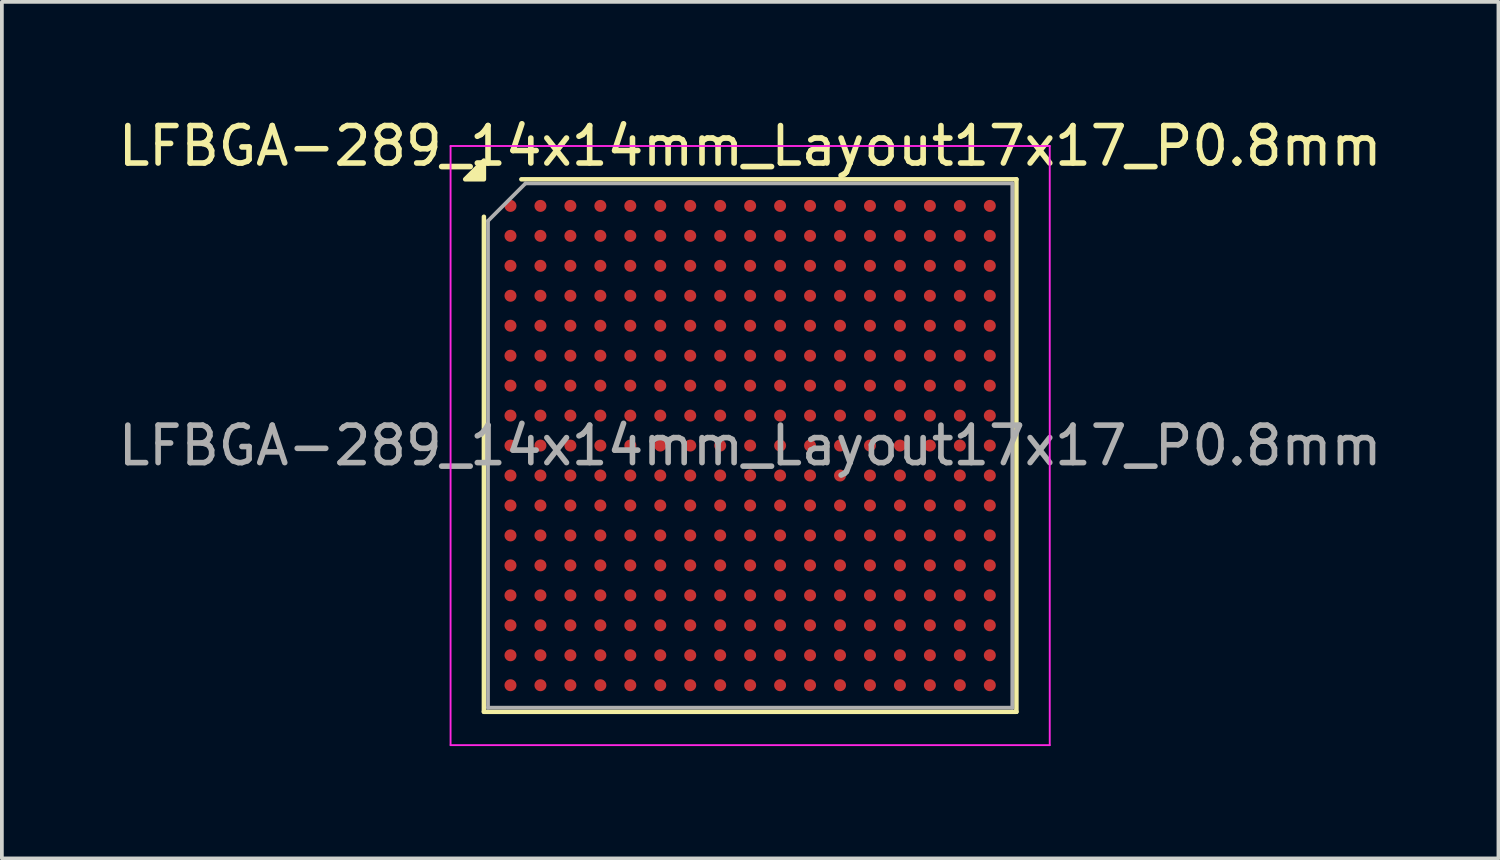
<source format=kicad_pcb>
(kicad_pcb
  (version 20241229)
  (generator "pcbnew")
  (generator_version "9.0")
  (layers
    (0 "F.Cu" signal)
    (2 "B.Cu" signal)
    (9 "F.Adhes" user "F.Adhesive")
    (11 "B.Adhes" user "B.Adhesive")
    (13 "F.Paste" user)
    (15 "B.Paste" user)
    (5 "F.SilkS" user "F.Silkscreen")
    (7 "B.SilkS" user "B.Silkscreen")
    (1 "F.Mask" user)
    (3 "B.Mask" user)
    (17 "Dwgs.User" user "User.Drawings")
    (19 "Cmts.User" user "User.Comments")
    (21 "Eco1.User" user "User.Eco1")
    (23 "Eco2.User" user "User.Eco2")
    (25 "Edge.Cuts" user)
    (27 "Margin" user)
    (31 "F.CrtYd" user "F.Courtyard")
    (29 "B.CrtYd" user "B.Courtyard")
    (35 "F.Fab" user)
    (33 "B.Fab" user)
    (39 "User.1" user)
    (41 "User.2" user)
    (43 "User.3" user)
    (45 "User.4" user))
  (footprint "LFBGA-289_14x14mm_Layout17x17_P0.8mm"
    (layer "F.Cu")
    (at 16.982 8.848)
    (property "Reference" "LFBGA-289_14x14mm_Layout17x17_P0.8mm" (at 0 -8 0) (layer "F.SilkS") (effects (font (size 1 1) (thickness 0.15))))
    (attr smd)
    (fp_line (start -7.11 7.11) (end -7.11 -6.11) (stroke (width 0.12) (type solid)) (layer "F.SilkS"))
    (fp_line (start -6.11 -7.11) (end 7.11 -7.11) (stroke (width 0.12) (type solid)) (layer "F.SilkS"))
    (fp_line (start 7.11 -7.11) (end 7.11 7.11) (stroke (width 0.12) (type solid)) (layer "F.SilkS"))
    (fp_line (start 7.11 7.11) (end -7.11 7.11) (stroke (width 0.12) (type solid)) (layer "F.SilkS"))
    (fp_poly (pts (xy -7.11 -7.11) (xy -7.61 -7.11) (xy -7.11 -7.61) (xy -7.11 -7.11)) (stroke (width 0.12) (type solid)) (fill yes) (layer "F.SilkS"))
    (fp_line (start -8 -8) (end -8 8) (stroke (width 0.05) (type solid)) (layer "F.CrtYd"))
    (fp_line (start -8 8) (end 8 8) (stroke (width 0.05) (type solid)) (layer "F.CrtYd"))
    (fp_line (start 8 -8) (end -8 -8) (stroke (width 0.05) (type solid)) (layer "F.CrtYd"))
    (fp_line (start 8 8) (end 8 -8) (stroke (width 0.05) (type solid)) (layer "F.CrtYd"))
    (fp_line (start -7 -6) (end -6 -7) (stroke (width 0.1) (type solid)) (layer "F.Fab"))
    (fp_line (start -7 7) (end -7 -6) (stroke (width 0.1) (type solid)) (layer "F.Fab"))
    (fp_line (start -6 -7) (end 7 -7) (stroke (width 0.1) (type solid)) (layer "F.Fab"))
    (fp_line (start 7 -7) (end 7 7) (stroke (width 0.1) (type solid)) (layer "F.Fab"))
    (fp_line (start 7 7) (end -7 7) (stroke (width 0.1) (type solid)) (layer "F.Fab"))
    (fp_text user "${REFERENCE}" (at 0 0 0) (layer "F.Fab") (effects (font (size 1 1) (thickness 0.15))))
    (pad "A1" smd circle (at -6.4 -6.4) (size 0.32 0.32) (property pad_prop_bga) (layers "F.Cu" "F.Mask" "F.Paste"))
    (pad "A2" smd circle (at -5.6 -6.4) (size 0.32 0.32) (property pad_prop_bga) (layers "F.Cu" "F.Mask" "F.Paste"))
    (pad "A3" smd circle (at -4.8 -6.4) (size 0.32 0.32) (property pad_prop_bga) (layers "F.Cu" "F.Mask" "F.Paste"))
    (pad "A4" smd circle (at -4 -6.4) (size 0.32 0.32) (property pad_prop_bga) (layers "F.Cu" "F.Mask" "F.Paste"))
    (pad "A5" smd circle (at -3.2 -6.4) (size 0.32 0.32) (property pad_prop_bga) (layers "F.Cu" "F.Mask" "F.Paste"))
    (pad "A6" smd circle (at -2.4 -6.4) (size 0.32 0.32) (property pad_prop_bga) (layers "F.Cu" "F.Mask" "F.Paste"))
    (pad "A7" smd circle (at -1.6 -6.4) (size 0.32 0.32) (property pad_prop_bga) (layers "F.Cu" "F.Mask" "F.Paste"))
    (pad "A8" smd circle (at -0.8 -6.4) (size 0.32 0.32) (property pad_prop_bga) (layers "F.Cu" "F.Mask" "F.Paste"))
    (pad "A9" smd circle (at 0 -6.4) (size 0.32 0.32) (property pad_prop_bga) (layers "F.Cu" "F.Mask" "F.Paste"))
    (pad "A10" smd circle (at 0.8 -6.4) (size 0.32 0.32) (property pad_prop_bga) (layers "F.Cu" "F.Mask" "F.Paste"))
    (pad "A11" smd circle (at 1.6 -6.4) (size 0.32 0.32) (property pad_prop_bga) (layers "F.Cu" "F.Mask" "F.Paste"))
    (pad "A12" smd circle (at 2.4 -6.4) (size 0.32 0.32) (property pad_prop_bga) (layers "F.Cu" "F.Mask" "F.Paste"))
    (pad "A13" smd circle (at 3.2 -6.4) (size 0.32 0.32) (property pad_prop_bga) (layers "F.Cu" "F.Mask" "F.Paste"))
    (pad "A14" smd circle (at 4 -6.4) (size 0.32 0.32) (property pad_prop_bga) (layers "F.Cu" "F.Mask" "F.Paste"))
    (pad "A15" smd circle (at 4.8 -6.4) (size 0.32 0.32) (property pad_prop_bga) (layers "F.Cu" "F.Mask" "F.Paste"))
    (pad "A16" smd circle (at 5.6 -6.4) (size 0.32 0.32) (property pad_prop_bga) (layers "F.Cu" "F.Mask" "F.Paste"))
    (pad "A17" smd circle (at 6.4 -6.4) (size 0.32 0.32) (property pad_prop_bga) (layers "F.Cu" "F.Mask" "F.Paste"))
    (pad "B1" smd circle (at -6.4 -5.6) (size 0.32 0.32) (property pad_prop_bga) (layers "F.Cu" "F.Mask" "F.Paste"))
    (pad "B2" smd circle (at -5.6 -5.6) (size 0.32 0.32) (property pad_prop_bga) (layers "F.Cu" "F.Mask" "F.Paste"))
    (pad "B3" smd circle (at -4.8 -5.6) (size 0.32 0.32) (property pad_prop_bga) (layers "F.Cu" "F.Mask" "F.Paste"))
    (pad "B4" smd circle (at -4 -5.6) (size 0.32 0.32) (property pad_prop_bga) (layers "F.Cu" "F.Mask" "F.Paste"))
    (pad "B5" smd circle (at -3.2 -5.6) (size 0.32 0.32) (property pad_prop_bga) (layers "F.Cu" "F.Mask" "F.Paste"))
    (pad "B6" smd circle (at -2.4 -5.6) (size 0.32 0.32) (property pad_prop_bga) (layers "F.Cu" "F.Mask" "F.Paste"))
    (pad "B7" smd circle (at -1.6 -5.6) (size 0.32 0.32) (property pad_prop_bga) (layers "F.Cu" "F.Mask" "F.Paste"))
    (pad "B8" smd circle (at -0.8 -5.6) (size 0.32 0.32) (property pad_prop_bga) (layers "F.Cu" "F.Mask" "F.Paste"))
    (pad "B9" smd circle (at 0 -5.6) (size 0.32 0.32) (property pad_prop_bga) (layers "F.Cu" "F.Mask" "F.Paste"))
    (pad "B10" smd circle (at 0.8 -5.6) (size 0.32 0.32) (property pad_prop_bga) (layers "F.Cu" "F.Mask" "F.Paste"))
    (pad "B11" smd circle (at 1.6 -5.6) (size 0.32 0.32) (property pad_prop_bga) (layers "F.Cu" "F.Mask" "F.Paste"))
    (pad "B12" smd circle (at 2.4 -5.6) (size 0.32 0.32) (property pad_prop_bga) (layers "F.Cu" "F.Mask" "F.Paste"))
    (pad "B13" smd circle (at 3.2 -5.6) (size 0.32 0.32) (property pad_prop_bga) (layers "F.Cu" "F.Mask" "F.Paste"))
    (pad "B14" smd circle (at 4 -5.6) (size 0.32 0.32) (property pad_prop_bga) (layers "F.Cu" "F.Mask" "F.Paste"))
    (pad "B15" smd circle (at 4.8 -5.6) (size 0.32 0.32) (property pad_prop_bga) (layers "F.Cu" "F.Mask" "F.Paste"))
    (pad "B16" smd circle (at 5.6 -5.6) (size 0.32 0.32) (property pad_prop_bga) (layers "F.Cu" "F.Mask" "F.Paste"))
    (pad "B17" smd circle (at 6.4 -5.6) (size 0.32 0.32) (property pad_prop_bga) (layers "F.Cu" "F.Mask" "F.Paste"))
    (pad "C1" smd circle (at -6.4 -4.8) (size 0.32 0.32) (property pad_prop_bga) (layers "F.Cu" "F.Mask" "F.Paste"))
    (pad "C2" smd circle (at -5.6 -4.8) (size 0.32 0.32) (property pad_prop_bga) (layers "F.Cu" "F.Mask" "F.Paste"))
    (pad "C3" smd circle (at -4.8 -4.8) (size 0.32 0.32) (property pad_prop_bga) (layers "F.Cu" "F.Mask" "F.Paste"))
    (pad "C4" smd circle (at -4 -4.8) (size 0.32 0.32) (property pad_prop_bga) (layers "F.Cu" "F.Mask" "F.Paste"))
    (pad "C5" smd circle (at -3.2 -4.8) (size 0.32 0.32) (property pad_prop_bga) (layers "F.Cu" "F.Mask" "F.Paste"))
    (pad "C6" smd circle (at -2.4 -4.8) (size 0.32 0.32) (property pad_prop_bga) (layers "F.Cu" "F.Mask" "F.Paste"))
    (pad "C7" smd circle (at -1.6 -4.8) (size 0.32 0.32) (property pad_prop_bga) (layers "F.Cu" "F.Mask" "F.Paste"))
    (pad "C8" smd circle (at -0.8 -4.8) (size 0.32 0.32) (property pad_prop_bga) (layers "F.Cu" "F.Mask" "F.Paste"))
    (pad "C9" smd circle (at 0 -4.8) (size 0.32 0.32) (property pad_prop_bga) (layers "F.Cu" "F.Mask" "F.Paste"))
    (pad "C10" smd circle (at 0.8 -4.8) (size 0.32 0.32) (property pad_prop_bga) (layers "F.Cu" "F.Mask" "F.Paste"))
    (pad "C11" smd circle (at 1.6 -4.8) (size 0.32 0.32) (property pad_prop_bga) (layers "F.Cu" "F.Mask" "F.Paste"))
    (pad "C12" smd circle (at 2.4 -4.8) (size 0.32 0.32) (property pad_prop_bga) (layers "F.Cu" "F.Mask" "F.Paste"))
    (pad "C13" smd circle (at 3.2 -4.8) (size 0.32 0.32) (property pad_prop_bga) (layers "F.Cu" "F.Mask" "F.Paste"))
    (pad "C14" smd circle (at 4 -4.8) (size 0.32 0.32) (property pad_prop_bga) (layers "F.Cu" "F.Mask" "F.Paste"))
    (pad "C15" smd circle (at 4.8 -4.8) (size 0.32 0.32) (property pad_prop_bga) (layers "F.Cu" "F.Mask" "F.Paste"))
    (pad "C16" smd circle (at 5.6 -4.8) (size 0.32 0.32) (property pad_prop_bga) (layers "F.Cu" "F.Mask" "F.Paste"))
    (pad "C17" smd circle (at 6.4 -4.8) (size 0.32 0.32) (property pad_prop_bga) (layers "F.Cu" "F.Mask" "F.Paste"))
    (pad "D1" smd circle (at -6.4 -4) (size 0.32 0.32) (property pad_prop_bga) (layers "F.Cu" "F.Mask" "F.Paste"))
    (pad "D2" smd circle (at -5.6 -4) (size 0.32 0.32) (property pad_prop_bga) (layers "F.Cu" "F.Mask" "F.Paste"))
    (pad "D3" smd circle (at -4.8 -4) (size 0.32 0.32) (property pad_prop_bga) (layers "F.Cu" "F.Mask" "F.Paste"))
    (pad "D4" smd circle (at -4 -4) (size 0.32 0.32) (property pad_prop_bga) (layers "F.Cu" "F.Mask" "F.Paste"))
    (pad "D5" smd circle (at -3.2 -4) (size 0.32 0.32) (property pad_prop_bga) (layers "F.Cu" "F.Mask" "F.Paste"))
    (pad "D6" smd circle (at -2.4 -4) (size 0.32 0.32) (property pad_prop_bga) (layers "F.Cu" "F.Mask" "F.Paste"))
    (pad "D7" smd circle (at -1.6 -4) (size 0.32 0.32) (property pad_prop_bga) (layers "F.Cu" "F.Mask" "F.Paste"))
    (pad "D8" smd circle (at -0.8 -4) (size 0.32 0.32) (property pad_prop_bga) (layers "F.Cu" "F.Mask" "F.Paste"))
    (pad "D9" smd circle (at 0 -4) (size 0.32 0.32) (property pad_prop_bga) (layers "F.Cu" "F.Mask" "F.Paste"))
    (pad "D10" smd circle (at 0.8 -4) (size 0.32 0.32) (property pad_prop_bga) (layers "F.Cu" "F.Mask" "F.Paste"))
    (pad "D11" smd circle (at 1.6 -4) (size 0.32 0.32) (property pad_prop_bga) (layers "F.Cu" "F.Mask" "F.Paste"))
    (pad "D12" smd circle (at 2.4 -4) (size 0.32 0.32) (property pad_prop_bga) (layers "F.Cu" "F.Mask" "F.Paste"))
    (pad "D13" smd circle (at 3.2 -4) (size 0.32 0.32) (property pad_prop_bga) (layers "F.Cu" "F.Mask" "F.Paste"))
    (pad "D14" smd circle (at 4 -4) (size 0.32 0.32) (property pad_prop_bga) (layers "F.Cu" "F.Mask" "F.Paste"))
    (pad "D15" smd circle (at 4.8 -4) (size 0.32 0.32) (property pad_prop_bga) (layers "F.Cu" "F.Mask" "F.Paste"))
    (pad "D16" smd circle (at 5.6 -4) (size 0.32 0.32) (property pad_prop_bga) (layers "F.Cu" "F.Mask" "F.Paste"))
    (pad "D17" smd circle (at 6.4 -4) (size 0.32 0.32) (property pad_prop_bga) (layers "F.Cu" "F.Mask" "F.Paste"))
    (pad "E1" smd circle (at -6.4 -3.2) (size 0.32 0.32) (property pad_prop_bga) (layers "F.Cu" "F.Mask" "F.Paste"))
    (pad "E2" smd circle (at -5.6 -3.2) (size 0.32 0.32) (property pad_prop_bga) (layers "F.Cu" "F.Mask" "F.Paste"))
    (pad "E3" smd circle (at -4.8 -3.2) (size 0.32 0.32) (property pad_prop_bga) (layers "F.Cu" "F.Mask" "F.Paste"))
    (pad "E4" smd circle (at -4 -3.2) (size 0.32 0.32) (property pad_prop_bga) (layers "F.Cu" "F.Mask" "F.Paste"))
    (pad "E5" smd circle (at -3.2 -3.2) (size 0.32 0.32) (property pad_prop_bga) (layers "F.Cu" "F.Mask" "F.Paste"))
    (pad "E6" smd circle (at -2.4 -3.2) (size 0.32 0.32) (property pad_prop_bga) (layers "F.Cu" "F.Mask" "F.Paste"))
    (pad "E7" smd circle (at -1.6 -3.2) (size 0.32 0.32) (property pad_prop_bga) (layers "F.Cu" "F.Mask" "F.Paste"))
    (pad "E8" smd circle (at -0.8 -3.2) (size 0.32 0.32) (property pad_prop_bga) (layers "F.Cu" "F.Mask" "F.Paste"))
    (pad "E9" smd circle (at 0 -3.2) (size 0.32 0.32) (property pad_prop_bga) (layers "F.Cu" "F.Mask" "F.Paste"))
    (pad "E10" smd circle (at 0.8 -3.2) (size 0.32 0.32) (property pad_prop_bga) (layers "F.Cu" "F.Mask" "F.Paste"))
    (pad "E11" smd circle (at 1.6 -3.2) (size 0.32 0.32) (property pad_prop_bga) (layers "F.Cu" "F.Mask" "F.Paste"))
    (pad "E12" smd circle (at 2.4 -3.2) (size 0.32 0.32) (property pad_prop_bga) (layers "F.Cu" "F.Mask" "F.Paste"))
    (pad "E13" smd circle (at 3.2 -3.2) (size 0.32 0.32) (property pad_prop_bga) (layers "F.Cu" "F.Mask" "F.Paste"))
    (pad "E14" smd circle (at 4 -3.2) (size 0.32 0.32) (property pad_prop_bga) (layers "F.Cu" "F.Mask" "F.Paste"))
    (pad "E15" smd circle (at 4.8 -3.2) (size 0.32 0.32) (property pad_prop_bga) (layers "F.Cu" "F.Mask" "F.Paste"))
    (pad "E16" smd circle (at 5.6 -3.2) (size 0.32 0.32) (property pad_prop_bga) (layers "F.Cu" "F.Mask" "F.Paste"))
    (pad "E17" smd circle (at 6.4 -3.2) (size 0.32 0.32) (property pad_prop_bga) (layers "F.Cu" "F.Mask" "F.Paste"))
    (pad "F1" smd circle (at -6.4 -2.4) (size 0.32 0.32) (property pad_prop_bga) (layers "F.Cu" "F.Mask" "F.Paste"))
    (pad "F2" smd circle (at -5.6 -2.4) (size 0.32 0.32) (property pad_prop_bga) (layers "F.Cu" "F.Mask" "F.Paste"))
    (pad "F3" smd circle (at -4.8 -2.4) (size 0.32 0.32) (property pad_prop_bga) (layers "F.Cu" "F.Mask" "F.Paste"))
    (pad "F4" smd circle (at -4 -2.4) (size 0.32 0.32) (property pad_prop_bga) (layers "F.Cu" "F.Mask" "F.Paste"))
    (pad "F5" smd circle (at -3.2 -2.4) (size 0.32 0.32) (property pad_prop_bga) (layers "F.Cu" "F.Mask" "F.Paste"))
    (pad "F6" smd circle (at -2.4 -2.4) (size 0.32 0.32) (property pad_prop_bga) (layers "F.Cu" "F.Mask" "F.Paste"))
    (pad "F7" smd circle (at -1.6 -2.4) (size 0.32 0.32) (property pad_prop_bga) (layers "F.Cu" "F.Mask" "F.Paste"))
    (pad "F8" smd circle (at -0.8 -2.4) (size 0.32 0.32) (property pad_prop_bga) (layers "F.Cu" "F.Mask" "F.Paste"))
    (pad "F9" smd circle (at 0 -2.4) (size 0.32 0.32) (property pad_prop_bga) (layers "F.Cu" "F.Mask" "F.Paste"))
    (pad "F10" smd circle (at 0.8 -2.4) (size 0.32 0.32) (property pad_prop_bga) (layers "F.Cu" "F.Mask" "F.Paste"))
    (pad "F11" smd circle (at 1.6 -2.4) (size 0.32 0.32) (property pad_prop_bga) (layers "F.Cu" "F.Mask" "F.Paste"))
    (pad "F12" smd circle (at 2.4 -2.4) (size 0.32 0.32) (property pad_prop_bga) (layers "F.Cu" "F.Mask" "F.Paste"))
    (pad "F13" smd circle (at 3.2 -2.4) (size 0.32 0.32) (property pad_prop_bga) (layers "F.Cu" "F.Mask" "F.Paste"))
    (pad "F14" smd circle (at 4 -2.4) (size 0.32 0.32) (property pad_prop_bga) (layers "F.Cu" "F.Mask" "F.Paste"))
    (pad "F15" smd circle (at 4.8 -2.4) (size 0.32 0.32) (property pad_prop_bga) (layers "F.Cu" "F.Mask" "F.Paste"))
    (pad "F16" smd circle (at 5.6 -2.4) (size 0.32 0.32) (property pad_prop_bga) (layers "F.Cu" "F.Mask" "F.Paste"))
    (pad "F17" smd circle (at 6.4 -2.4) (size 0.32 0.32) (property pad_prop_bga) (layers "F.Cu" "F.Mask" "F.Paste"))
    (pad "G1" smd circle (at -6.4 -1.6) (size 0.32 0.32) (property pad_prop_bga) (layers "F.Cu" "F.Mask" "F.Paste"))
    (pad "G2" smd circle (at -5.6 -1.6) (size 0.32 0.32) (property pad_prop_bga) (layers "F.Cu" "F.Mask" "F.Paste"))
    (pad "G3" smd circle (at -4.8 -1.6) (size 0.32 0.32) (property pad_prop_bga) (layers "F.Cu" "F.Mask" "F.Paste"))
    (pad "G4" smd circle (at -4 -1.6) (size 0.32 0.32) (property pad_prop_bga) (layers "F.Cu" "F.Mask" "F.Paste"))
    (pad "G5" smd circle (at -3.2 -1.6) (size 0.32 0.32) (property pad_prop_bga) (layers "F.Cu" "F.Mask" "F.Paste"))
    (pad "G6" smd circle (at -2.4 -1.6) (size 0.32 0.32) (property pad_prop_bga) (layers "F.Cu" "F.Mask" "F.Paste"))
    (pad "G7" smd circle (at -1.6 -1.6) (size 0.32 0.32) (property pad_prop_bga) (layers "F.Cu" "F.Mask" "F.Paste"))
    (pad "G8" smd circle (at -0.8 -1.6) (size 0.32 0.32) (property pad_prop_bga) (layers "F.Cu" "F.Mask" "F.Paste"))
    (pad "G9" smd circle (at 0 -1.6) (size 0.32 0.32) (property pad_prop_bga) (layers "F.Cu" "F.Mask" "F.Paste"))
    (pad "G10" smd circle (at 0.8 -1.6) (size 0.32 0.32) (property pad_prop_bga) (layers "F.Cu" "F.Mask" "F.Paste"))
    (pad "G11" smd circle (at 1.6 -1.6) (size 0.32 0.32) (property pad_prop_bga) (layers "F.Cu" "F.Mask" "F.Paste"))
    (pad "G12" smd circle (at 2.4 -1.6) (size 0.32 0.32) (property pad_prop_bga) (layers "F.Cu" "F.Mask" "F.Paste"))
    (pad "G13" smd circle (at 3.2 -1.6) (size 0.32 0.32) (property pad_prop_bga) (layers "F.Cu" "F.Mask" "F.Paste"))
    (pad "G14" smd circle (at 4 -1.6) (size 0.32 0.32) (property pad_prop_bga) (layers "F.Cu" "F.Mask" "F.Paste"))
    (pad "G15" smd circle (at 4.8 -1.6) (size 0.32 0.32) (property pad_prop_bga) (layers "F.Cu" "F.Mask" "F.Paste"))
    (pad "G16" smd circle (at 5.6 -1.6) (size 0.32 0.32) (property pad_prop_bga) (layers "F.Cu" "F.Mask" "F.Paste"))
    (pad "G17" smd circle (at 6.4 -1.6) (size 0.32 0.32) (property pad_prop_bga) (layers "F.Cu" "F.Mask" "F.Paste"))
    (pad "H1" smd circle (at -6.4 -0.8) (size 0.32 0.32) (property pad_prop_bga) (layers "F.Cu" "F.Mask" "F.Paste"))
    (pad "H2" smd circle (at -5.6 -0.8) (size 0.32 0.32) (property pad_prop_bga) (layers "F.Cu" "F.Mask" "F.Paste"))
    (pad "H3" smd circle (at -4.8 -0.8) (size 0.32 0.32) (property pad_prop_bga) (layers "F.Cu" "F.Mask" "F.Paste"))
    (pad "H4" smd circle (at -4 -0.8) (size 0.32 0.32) (property pad_prop_bga) (layers "F.Cu" "F.Mask" "F.Paste"))
    (pad "H5" smd circle (at -3.2 -0.8) (size 0.32 0.32) (property pad_prop_bga) (layers "F.Cu" "F.Mask" "F.Paste"))
    (pad "H6" smd circle (at -2.4 -0.8) (size 0.32 0.32) (property pad_prop_bga) (layers "F.Cu" "F.Mask" "F.Paste"))
    (pad "H7" smd circle (at -1.6 -0.8) (size 0.32 0.32) (property pad_prop_bga) (layers "F.Cu" "F.Mask" "F.Paste"))
    (pad "H8" smd circle (at -0.8 -0.8) (size 0.32 0.32) (property pad_prop_bga) (layers "F.Cu" "F.Mask" "F.Paste"))
    (pad "H9" smd circle (at 0 -0.8) (size 0.32 0.32) (property pad_prop_bga) (layers "F.Cu" "F.Mask" "F.Paste"))
    (pad "H10" smd circle (at 0.8 -0.8) (size 0.32 0.32) (property pad_prop_bga) (layers "F.Cu" "F.Mask" "F.Paste"))
    (pad "H11" smd circle (at 1.6 -0.8) (size 0.32 0.32) (property pad_prop_bga) (layers "F.Cu" "F.Mask" "F.Paste"))
    (pad "H12" smd circle (at 2.4 -0.8) (size 0.32 0.32) (property pad_prop_bga) (layers "F.Cu" "F.Mask" "F.Paste"))
    (pad "H13" smd circle (at 3.2 -0.8) (size 0.32 0.32) (property pad_prop_bga) (layers "F.Cu" "F.Mask" "F.Paste"))
    (pad "H14" smd circle (at 4 -0.8) (size 0.32 0.32) (property pad_prop_bga) (layers "F.Cu" "F.Mask" "F.Paste"))
    (pad "H15" smd circle (at 4.8 -0.8) (size 0.32 0.32) (property pad_prop_bga) (layers "F.Cu" "F.Mask" "F.Paste"))
    (pad "H16" smd circle (at 5.6 -0.8) (size 0.32 0.32) (property pad_prop_bga) (layers "F.Cu" "F.Mask" "F.Paste"))
    (pad "H17" smd circle (at 6.4 -0.8) (size 0.32 0.32) (property pad_prop_bga) (layers "F.Cu" "F.Mask" "F.Paste"))
    (pad "J1" smd circle (at -6.4 0) (size 0.32 0.32) (property pad_prop_bga) (layers "F.Cu" "F.Mask" "F.Paste"))
    (pad "J2" smd circle (at -5.6 0) (size 0.32 0.32) (property pad_prop_bga) (layers "F.Cu" "F.Mask" "F.Paste"))
    (pad "J3" smd circle (at -4.8 0) (size 0.32 0.32) (property pad_prop_bga) (layers "F.Cu" "F.Mask" "F.Paste"))
    (pad "J4" smd circle (at -4 0) (size 0.32 0.32) (property pad_prop_bga) (layers "F.Cu" "F.Mask" "F.Paste"))
    (pad "J5" smd circle (at -3.2 0) (size 0.32 0.32) (property pad_prop_bga) (layers "F.Cu" "F.Mask" "F.Paste"))
    (pad "J6" smd circle (at -2.4 0) (size 0.32 0.32) (property pad_prop_bga) (layers "F.Cu" "F.Mask" "F.Paste"))
    (pad "J7" smd circle (at -1.6 0) (size 0.32 0.32) (property pad_prop_bga) (layers "F.Cu" "F.Mask" "F.Paste"))
    (pad "J8" smd circle (at -0.8 0) (size 0.32 0.32) (property pad_prop_bga) (layers "F.Cu" "F.Mask" "F.Paste"))
    (pad "J9" smd circle (at 0 0) (size 0.32 0.32) (property pad_prop_bga) (layers "F.Cu" "F.Mask" "F.Paste"))
    (pad "J10" smd circle (at 0.8 0) (size 0.32 0.32) (property pad_prop_bga) (layers "F.Cu" "F.Mask" "F.Paste"))
    (pad "J11" smd circle (at 1.6 0) (size 0.32 0.32) (property pad_prop_bga) (layers "F.Cu" "F.Mask" "F.Paste"))
    (pad "J12" smd circle (at 2.4 0) (size 0.32 0.32) (property pad_prop_bga) (layers "F.Cu" "F.Mask" "F.Paste"))
    (pad "J13" smd circle (at 3.2 0) (size 0.32 0.32) (property pad_prop_bga) (layers "F.Cu" "F.Mask" "F.Paste"))
    (pad "J14" smd circle (at 4 0) (size 0.32 0.32) (property pad_prop_bga) (layers "F.Cu" "F.Mask" "F.Paste"))
    (pad "J15" smd circle (at 4.8 0) (size 0.32 0.32) (property pad_prop_bga) (layers "F.Cu" "F.Mask" "F.Paste"))
    (pad "J16" smd circle (at 5.6 0) (size 0.32 0.32) (property pad_prop_bga) (layers "F.Cu" "F.Mask" "F.Paste"))
    (pad "J17" smd circle (at 6.4 0) (size 0.32 0.32) (property pad_prop_bga) (layers "F.Cu" "F.Mask" "F.Paste"))
    (pad "K1" smd circle (at -6.4 0.8) (size 0.32 0.32) (property pad_prop_bga) (layers "F.Cu" "F.Mask" "F.Paste"))
    (pad "K2" smd circle (at -5.6 0.8) (size 0.32 0.32) (property pad_prop_bga) (layers "F.Cu" "F.Mask" "F.Paste"))
    (pad "K3" smd circle (at -4.8 0.8) (size 0.32 0.32) (property pad_prop_bga) (layers "F.Cu" "F.Mask" "F.Paste"))
    (pad "K4" smd circle (at -4 0.8) (size 0.32 0.32) (property pad_prop_bga) (layers "F.Cu" "F.Mask" "F.Paste"))
    (pad "K5" smd circle (at -3.2 0.8) (size 0.32 0.32) (property pad_prop_bga) (layers "F.Cu" "F.Mask" "F.Paste"))
    (pad "K6" smd circle (at -2.4 0.8) (size 0.32 0.32) (property pad_prop_bga) (layers "F.Cu" "F.Mask" "F.Paste"))
    (pad "K7" smd circle (at -1.6 0.8) (size 0.32 0.32) (property pad_prop_bga) (layers "F.Cu" "F.Mask" "F.Paste"))
    (pad "K8" smd circle (at -0.8 0.8) (size 0.32 0.32) (property pad_prop_bga) (layers "F.Cu" "F.Mask" "F.Paste"))
    (pad "K9" smd circle (at 0 0.8) (size 0.32 0.32) (property pad_prop_bga) (layers "F.Cu" "F.Mask" "F.Paste"))
    (pad "K10" smd circle (at 0.8 0.8) (size 0.32 0.32) (property pad_prop_bga) (layers "F.Cu" "F.Mask" "F.Paste"))
    (pad "K11" smd circle (at 1.6 0.8) (size 0.32 0.32) (property pad_prop_bga) (layers "F.Cu" "F.Mask" "F.Paste"))
    (pad "K12" smd circle (at 2.4 0.8) (size 0.32 0.32) (property pad_prop_bga) (layers "F.Cu" "F.Mask" "F.Paste"))
    (pad "K13" smd circle (at 3.2 0.8) (size 0.32 0.32) (property pad_prop_bga) (layers "F.Cu" "F.Mask" "F.Paste"))
    (pad "K14" smd circle (at 4 0.8) (size 0.32 0.32) (property pad_prop_bga) (layers "F.Cu" "F.Mask" "F.Paste"))
    (pad "K15" smd circle (at 4.8 0.8) (size 0.32 0.32) (property pad_prop_bga) (layers "F.Cu" "F.Mask" "F.Paste"))
    (pad "K16" smd circle (at 5.6 0.8) (size 0.32 0.32) (property pad_prop_bga) (layers "F.Cu" "F.Mask" "F.Paste"))
    (pad "K17" smd circle (at 6.4 0.8) (size 0.32 0.32) (property pad_prop_bga) (layers "F.Cu" "F.Mask" "F.Paste"))
    (pad "L1" smd circle (at -6.4 1.6) (size 0.32 0.32) (property pad_prop_bga) (layers "F.Cu" "F.Mask" "F.Paste"))
    (pad "L2" smd circle (at -5.6 1.6) (size 0.32 0.32) (property pad_prop_bga) (layers "F.Cu" "F.Mask" "F.Paste"))
    (pad "L3" smd circle (at -4.8 1.6) (size 0.32 0.32) (property pad_prop_bga) (layers "F.Cu" "F.Mask" "F.Paste"))
    (pad "L4" smd circle (at -4 1.6) (size 0.32 0.32) (property pad_prop_bga) (layers "F.Cu" "F.Mask" "F.Paste"))
    (pad "L5" smd circle (at -3.2 1.6) (size 0.32 0.32) (property pad_prop_bga) (layers "F.Cu" "F.Mask" "F.Paste"))
    (pad "L6" smd circle (at -2.4 1.6) (size 0.32 0.32) (property pad_prop_bga) (layers "F.Cu" "F.Mask" "F.Paste"))
    (pad "L7" smd circle (at -1.6 1.6) (size 0.32 0.32) (property pad_prop_bga) (layers "F.Cu" "F.Mask" "F.Paste"))
    (pad "L8" smd circle (at -0.8 1.6) (size 0.32 0.32) (property pad_prop_bga) (layers "F.Cu" "F.Mask" "F.Paste"))
    (pad "L9" smd circle (at 0 1.6) (size 0.32 0.32) (property pad_prop_bga) (layers "F.Cu" "F.Mask" "F.Paste"))
    (pad "L10" smd circle (at 0.8 1.6) (size 0.32 0.32) (property pad_prop_bga) (layers "F.Cu" "F.Mask" "F.Paste"))
    (pad "L11" smd circle (at 1.6 1.6) (size 0.32 0.32) (property pad_prop_bga) (layers "F.Cu" "F.Mask" "F.Paste"))
    (pad "L12" smd circle (at 2.4 1.6) (size 0.32 0.32) (property pad_prop_bga) (layers "F.Cu" "F.Mask" "F.Paste"))
    (pad "L13" smd circle (at 3.2 1.6) (size 0.32 0.32) (property pad_prop_bga) (layers "F.Cu" "F.Mask" "F.Paste"))
    (pad "L14" smd circle (at 4 1.6) (size 0.32 0.32) (property pad_prop_bga) (layers "F.Cu" "F.Mask" "F.Paste"))
    (pad "L15" smd circle (at 4.8 1.6) (size 0.32 0.32) (property pad_prop_bga) (layers "F.Cu" "F.Mask" "F.Paste"))
    (pad "L16" smd circle (at 5.6 1.6) (size 0.32 0.32) (property pad_prop_bga) (layers "F.Cu" "F.Mask" "F.Paste"))
    (pad "L17" smd circle (at 6.4 1.6) (size 0.32 0.32) (property pad_prop_bga) (layers "F.Cu" "F.Mask" "F.Paste"))
    (pad "M1" smd circle (at -6.4 2.4) (size 0.32 0.32) (property pad_prop_bga) (layers "F.Cu" "F.Mask" "F.Paste"))
    (pad "M2" smd circle (at -5.6 2.4) (size 0.32 0.32) (property pad_prop_bga) (layers "F.Cu" "F.Mask" "F.Paste"))
    (pad "M3" smd circle (at -4.8 2.4) (size 0.32 0.32) (property pad_prop_bga) (layers "F.Cu" "F.Mask" "F.Paste"))
    (pad "M4" smd circle (at -4 2.4) (size 0.32 0.32) (property pad_prop_bga) (layers "F.Cu" "F.Mask" "F.Paste"))
    (pad "M5" smd circle (at -3.2 2.4) (size 0.32 0.32) (property pad_prop_bga) (layers "F.Cu" "F.Mask" "F.Paste"))
    (pad "M6" smd circle (at -2.4 2.4) (size 0.32 0.32) (property pad_prop_bga) (layers "F.Cu" "F.Mask" "F.Paste"))
    (pad "M7" smd circle (at -1.6 2.4) (size 0.32 0.32) (property pad_prop_bga) (layers "F.Cu" "F.Mask" "F.Paste"))
    (pad "M8" smd circle (at -0.8 2.4) (size 0.32 0.32) (property pad_prop_bga) (layers "F.Cu" "F.Mask" "F.Paste"))
    (pad "M9" smd circle (at 0 2.4) (size 0.32 0.32) (property pad_prop_bga) (layers "F.Cu" "F.Mask" "F.Paste"))
    (pad "M10" smd circle (at 0.8 2.4) (size 0.32 0.32) (property pad_prop_bga) (layers "F.Cu" "F.Mask" "F.Paste"))
    (pad "M11" smd circle (at 1.6 2.4) (size 0.32 0.32) (property pad_prop_bga) (layers "F.Cu" "F.Mask" "F.Paste"))
    (pad "M12" smd circle (at 2.4 2.4) (size 0.32 0.32) (property pad_prop_bga) (layers "F.Cu" "F.Mask" "F.Paste"))
    (pad "M13" smd circle (at 3.2 2.4) (size 0.32 0.32) (property pad_prop_bga) (layers "F.Cu" "F.Mask" "F.Paste"))
    (pad "M14" smd circle (at 4 2.4) (size 0.32 0.32) (property pad_prop_bga) (layers "F.Cu" "F.Mask" "F.Paste"))
    (pad "M15" smd circle (at 4.8 2.4) (size 0.32 0.32) (property pad_prop_bga) (layers "F.Cu" "F.Mask" "F.Paste"))
    (pad "M16" smd circle (at 5.6 2.4) (size 0.32 0.32) (property pad_prop_bga) (layers "F.Cu" "F.Mask" "F.Paste"))
    (pad "M17" smd circle (at 6.4 2.4) (size 0.32 0.32) (property pad_prop_bga) (layers "F.Cu" "F.Mask" "F.Paste"))
    (pad "N1" smd circle (at -6.4 3.2) (size 0.32 0.32) (property pad_prop_bga) (layers "F.Cu" "F.Mask" "F.Paste"))
    (pad "N2" smd circle (at -5.6 3.2) (size 0.32 0.32) (property pad_prop_bga) (layers "F.Cu" "F.Mask" "F.Paste"))
    (pad "N3" smd circle (at -4.8 3.2) (size 0.32 0.32) (property pad_prop_bga) (layers "F.Cu" "F.Mask" "F.Paste"))
    (pad "N4" smd circle (at -4 3.2) (size 0.32 0.32) (property pad_prop_bga) (layers "F.Cu" "F.Mask" "F.Paste"))
    (pad "N5" smd circle (at -3.2 3.2) (size 0.32 0.32) (property pad_prop_bga) (layers "F.Cu" "F.Mask" "F.Paste"))
    (pad "N6" smd circle (at -2.4 3.2) (size 0.32 0.32) (property pad_prop_bga) (layers "F.Cu" "F.Mask" "F.Paste"))
    (pad "N7" smd circle (at -1.6 3.2) (size 0.32 0.32) (property pad_prop_bga) (layers "F.Cu" "F.Mask" "F.Paste"))
    (pad "N8" smd circle (at -0.8 3.2) (size 0.32 0.32) (property pad_prop_bga) (layers "F.Cu" "F.Mask" "F.Paste"))
    (pad "N9" smd circle (at 0 3.2) (size 0.32 0.32) (property pad_prop_bga) (layers "F.Cu" "F.Mask" "F.Paste"))
    (pad "N10" smd circle (at 0.8 3.2) (size 0.32 0.32) (property pad_prop_bga) (layers "F.Cu" "F.Mask" "F.Paste"))
    (pad "N11" smd circle (at 1.6 3.2) (size 0.32 0.32) (property pad_prop_bga) (layers "F.Cu" "F.Mask" "F.Paste"))
    (pad "N12" smd circle (at 2.4 3.2) (size 0.32 0.32) (property pad_prop_bga) (layers "F.Cu" "F.Mask" "F.Paste"))
    (pad "N13" smd circle (at 3.2 3.2) (size 0.32 0.32) (property pad_prop_bga) (layers "F.Cu" "F.Mask" "F.Paste"))
    (pad "N14" smd circle (at 4 3.2) (size 0.32 0.32) (property pad_prop_bga) (layers "F.Cu" "F.Mask" "F.Paste"))
    (pad "N15" smd circle (at 4.8 3.2) (size 0.32 0.32) (property pad_prop_bga) (layers "F.Cu" "F.Mask" "F.Paste"))
    (pad "N16" smd circle (at 5.6 3.2) (size 0.32 0.32) (property pad_prop_bga) (layers "F.Cu" "F.Mask" "F.Paste"))
    (pad "N17" smd circle (at 6.4 3.2) (size 0.32 0.32) (property pad_prop_bga) (layers "F.Cu" "F.Mask" "F.Paste"))
    (pad "P1" smd circle (at -6.4 4) (size 0.32 0.32) (property pad_prop_bga) (layers "F.Cu" "F.Mask" "F.Paste"))
    (pad "P2" smd circle (at -5.6 4) (size 0.32 0.32) (property pad_prop_bga) (layers "F.Cu" "F.Mask" "F.Paste"))
    (pad "P3" smd circle (at -4.8 4) (size 0.32 0.32) (property pad_prop_bga) (layers "F.Cu" "F.Mask" "F.Paste"))
    (pad "P4" smd circle (at -4 4) (size 0.32 0.32) (property pad_prop_bga) (layers "F.Cu" "F.Mask" "F.Paste"))
    (pad "P5" smd circle (at -3.2 4) (size 0.32 0.32) (property pad_prop_bga) (layers "F.Cu" "F.Mask" "F.Paste"))
    (pad "P6" smd circle (at -2.4 4) (size 0.32 0.32) (property pad_prop_bga) (layers "F.Cu" "F.Mask" "F.Paste"))
    (pad "P7" smd circle (at -1.6 4) (size 0.32 0.32) (property pad_prop_bga) (layers "F.Cu" "F.Mask" "F.Paste"))
    (pad "P8" smd circle (at -0.8 4) (size 0.32 0.32) (property pad_prop_bga) (layers "F.Cu" "F.Mask" "F.Paste"))
    (pad "P9" smd circle (at 0 4) (size 0.32 0.32) (property pad_prop_bga) (layers "F.Cu" "F.Mask" "F.Paste"))
    (pad "P10" smd circle (at 0.8 4) (size 0.32 0.32) (property pad_prop_bga) (layers "F.Cu" "F.Mask" "F.Paste"))
    (pad "P11" smd circle (at 1.6 4) (size 0.32 0.32) (property pad_prop_bga) (layers "F.Cu" "F.Mask" "F.Paste"))
    (pad "P12" smd circle (at 2.4 4) (size 0.32 0.32) (property pad_prop_bga) (layers "F.Cu" "F.Mask" "F.Paste"))
    (pad "P13" smd circle (at 3.2 4) (size 0.32 0.32) (property pad_prop_bga) (layers "F.Cu" "F.Mask" "F.Paste"))
    (pad "P14" smd circle (at 4 4) (size 0.32 0.32) (property pad_prop_bga) (layers "F.Cu" "F.Mask" "F.Paste"))
    (pad "P15" smd circle (at 4.8 4) (size 0.32 0.32) (property pad_prop_bga) (layers "F.Cu" "F.Mask" "F.Paste"))
    (pad "P16" smd circle (at 5.6 4) (size 0.32 0.32) (property pad_prop_bga) (layers "F.Cu" "F.Mask" "F.Paste"))
    (pad "P17" smd circle (at 6.4 4) (size 0.32 0.32) (property pad_prop_bga) (layers "F.Cu" "F.Mask" "F.Paste"))
    (pad "R1" smd circle (at -6.4 4.8) (size 0.32 0.32) (property pad_prop_bga) (layers "F.Cu" "F.Mask" "F.Paste"))
    (pad "R2" smd circle (at -5.6 4.8) (size 0.32 0.32) (property pad_prop_bga) (layers "F.Cu" "F.Mask" "F.Paste"))
    (pad "R3" smd circle (at -4.8 4.8) (size 0.32 0.32) (property pad_prop_bga) (layers "F.Cu" "F.Mask" "F.Paste"))
    (pad "R4" smd circle (at -4 4.8) (size 0.32 0.32) (property pad_prop_bga) (layers "F.Cu" "F.Mask" "F.Paste"))
    (pad "R5" smd circle (at -3.2 4.8) (size 0.32 0.32) (property pad_prop_bga) (layers "F.Cu" "F.Mask" "F.Paste"))
    (pad "R6" smd circle (at -2.4 4.8) (size 0.32 0.32) (property pad_prop_bga) (layers "F.Cu" "F.Mask" "F.Paste"))
    (pad "R7" smd circle (at -1.6 4.8) (size 0.32 0.32) (property pad_prop_bga) (layers "F.Cu" "F.Mask" "F.Paste"))
    (pad "R8" smd circle (at -0.8 4.8) (size 0.32 0.32) (property pad_prop_bga) (layers "F.Cu" "F.Mask" "F.Paste"))
    (pad "R9" smd circle (at 0 4.8) (size 0.32 0.32) (property pad_prop_bga) (layers "F.Cu" "F.Mask" "F.Paste"))
    (pad "R10" smd circle (at 0.8 4.8) (size 0.32 0.32) (property pad_prop_bga) (layers "F.Cu" "F.Mask" "F.Paste"))
    (pad "R11" smd circle (at 1.6 4.8) (size 0.32 0.32) (property pad_prop_bga) (layers "F.Cu" "F.Mask" "F.Paste"))
    (pad "R12" smd circle (at 2.4 4.8) (size 0.32 0.32) (property pad_prop_bga) (layers "F.Cu" "F.Mask" "F.Paste"))
    (pad "R13" smd circle (at 3.2 4.8) (size 0.32 0.32) (property pad_prop_bga) (layers "F.Cu" "F.Mask" "F.Paste"))
    (pad "R14" smd circle (at 4 4.8) (size 0.32 0.32) (property pad_prop_bga) (layers "F.Cu" "F.Mask" "F.Paste"))
    (pad "R15" smd circle (at 4.8 4.8) (size 0.32 0.32) (property pad_prop_bga) (layers "F.Cu" "F.Mask" "F.Paste"))
    (pad "R16" smd circle (at 5.6 4.8) (size 0.32 0.32) (property pad_prop_bga) (layers "F.Cu" "F.Mask" "F.Paste"))
    (pad "R17" smd circle (at 6.4 4.8) (size 0.32 0.32) (property pad_prop_bga) (layers "F.Cu" "F.Mask" "F.Paste"))
    (pad "T1" smd circle (at -6.4 5.6) (size 0.32 0.32) (property pad_prop_bga) (layers "F.Cu" "F.Mask" "F.Paste"))
    (pad "T2" smd circle (at -5.6 5.6) (size 0.32 0.32) (property pad_prop_bga) (layers "F.Cu" "F.Mask" "F.Paste"))
    (pad "T3" smd circle (at -4.8 5.6) (size 0.32 0.32) (property pad_prop_bga) (layers "F.Cu" "F.Mask" "F.Paste"))
    (pad "T4" smd circle (at -4 5.6) (size 0.32 0.32) (property pad_prop_bga) (layers "F.Cu" "F.Mask" "F.Paste"))
    (pad "T5" smd circle (at -3.2 5.6) (size 0.32 0.32) (property pad_prop_bga) (layers "F.Cu" "F.Mask" "F.Paste"))
    (pad "T6" smd circle (at -2.4 5.6) (size 0.32 0.32) (property pad_prop_bga) (layers "F.Cu" "F.Mask" "F.Paste"))
    (pad "T7" smd circle (at -1.6 5.6) (size 0.32 0.32) (property pad_prop_bga) (layers "F.Cu" "F.Mask" "F.Paste"))
    (pad "T8" smd circle (at -0.8 5.6) (size 0.32 0.32) (property pad_prop_bga) (layers "F.Cu" "F.Mask" "F.Paste"))
    (pad "T9" smd circle (at 0 5.6) (size 0.32 0.32) (property pad_prop_bga) (layers "F.Cu" "F.Mask" "F.Paste"))
    (pad "T10" smd circle (at 0.8 5.6) (size 0.32 0.32) (property pad_prop_bga) (layers "F.Cu" "F.Mask" "F.Paste"))
    (pad "T11" smd circle (at 1.6 5.6) (size 0.32 0.32) (property pad_prop_bga) (layers "F.Cu" "F.Mask" "F.Paste"))
    (pad "T12" smd circle (at 2.4 5.6) (size 0.32 0.32) (property pad_prop_bga) (layers "F.Cu" "F.Mask" "F.Paste"))
    (pad "T13" smd circle (at 3.2 5.6) (size 0.32 0.32) (property pad_prop_bga) (layers "F.Cu" "F.Mask" "F.Paste"))
    (pad "T14" smd circle (at 4 5.6) (size 0.32 0.32) (property pad_prop_bga) (layers "F.Cu" "F.Mask" "F.Paste"))
    (pad "T15" smd circle (at 4.8 5.6) (size 0.32 0.32) (property pad_prop_bga) (layers "F.Cu" "F.Mask" "F.Paste"))
    (pad "T16" smd circle (at 5.6 5.6) (size 0.32 0.32) (property pad_prop_bga) (layers "F.Cu" "F.Mask" "F.Paste"))
    (pad "T17" smd circle (at 6.4 5.6) (size 0.32 0.32) (property pad_prop_bga) (layers "F.Cu" "F.Mask" "F.Paste"))
    (pad "U1" smd circle (at -6.4 6.4) (size 0.32 0.32) (property pad_prop_bga) (layers "F.Cu" "F.Mask" "F.Paste"))
    (pad "U2" smd circle (at -5.6 6.4) (size 0.32 0.32) (property pad_prop_bga) (layers "F.Cu" "F.Mask" "F.Paste"))
    (pad "U3" smd circle (at -4.8 6.4) (size 0.32 0.32) (property pad_prop_bga) (layers "F.Cu" "F.Mask" "F.Paste"))
    (pad "U4" smd circle (at -4 6.4) (size 0.32 0.32) (property pad_prop_bga) (layers "F.Cu" "F.Mask" "F.Paste"))
    (pad "U5" smd circle (at -3.2 6.4) (size 0.32 0.32) (property pad_prop_bga) (layers "F.Cu" "F.Mask" "F.Paste"))
    (pad "U6" smd circle (at -2.4 6.4) (size 0.32 0.32) (property pad_prop_bga) (layers "F.Cu" "F.Mask" "F.Paste"))
    (pad "U7" smd circle (at -1.6 6.4) (size 0.32 0.32) (property pad_prop_bga) (layers "F.Cu" "F.Mask" "F.Paste"))
    (pad "U8" smd circle (at -0.8 6.4) (size 0.32 0.32) (property pad_prop_bga) (layers "F.Cu" "F.Mask" "F.Paste"))
    (pad "U9" smd circle (at 0 6.4) (size 0.32 0.32) (property pad_prop_bga) (layers "F.Cu" "F.Mask" "F.Paste"))
    (pad "U10" smd circle (at 0.8 6.4) (size 0.32 0.32) (property pad_prop_bga) (layers "F.Cu" "F.Mask" "F.Paste"))
    (pad "U11" smd circle (at 1.6 6.4) (size 0.32 0.32) (property pad_prop_bga) (layers "F.Cu" "F.Mask" "F.Paste"))
    (pad "U12" smd circle (at 2.4 6.4) (size 0.32 0.32) (property pad_prop_bga) (layers "F.Cu" "F.Mask" "F.Paste"))
    (pad "U13" smd circle (at 3.2 6.4) (size 0.32 0.32) (property pad_prop_bga) (layers "F.Cu" "F.Mask" "F.Paste"))
    (pad "U14" smd circle (at 4 6.4) (size 0.32 0.32) (property pad_prop_bga) (layers "F.Cu" "F.Mask" "F.Paste"))
    (pad "U15" smd circle (at 4.8 6.4) (size 0.32 0.32) (property pad_prop_bga) (layers "F.Cu" "F.Mask" "F.Paste"))
    (pad "U16" smd circle (at 5.6 6.4) (size 0.32 0.32) (property pad_prop_bga) (layers "F.Cu" "F.Mask" "F.Paste"))
    (pad "U17" smd circle (at 6.4 6.4) (size 0.32 0.32) (property pad_prop_bga) (layers "F.Cu" "F.Mask" "F.Paste")))
  (gr_rect
    (start -3 -3)
    (end 36.964 19.873)
    (stroke (width 0.1) (type default))
    (fill no)
    (layer "Edge.Cuts")))
</source>
